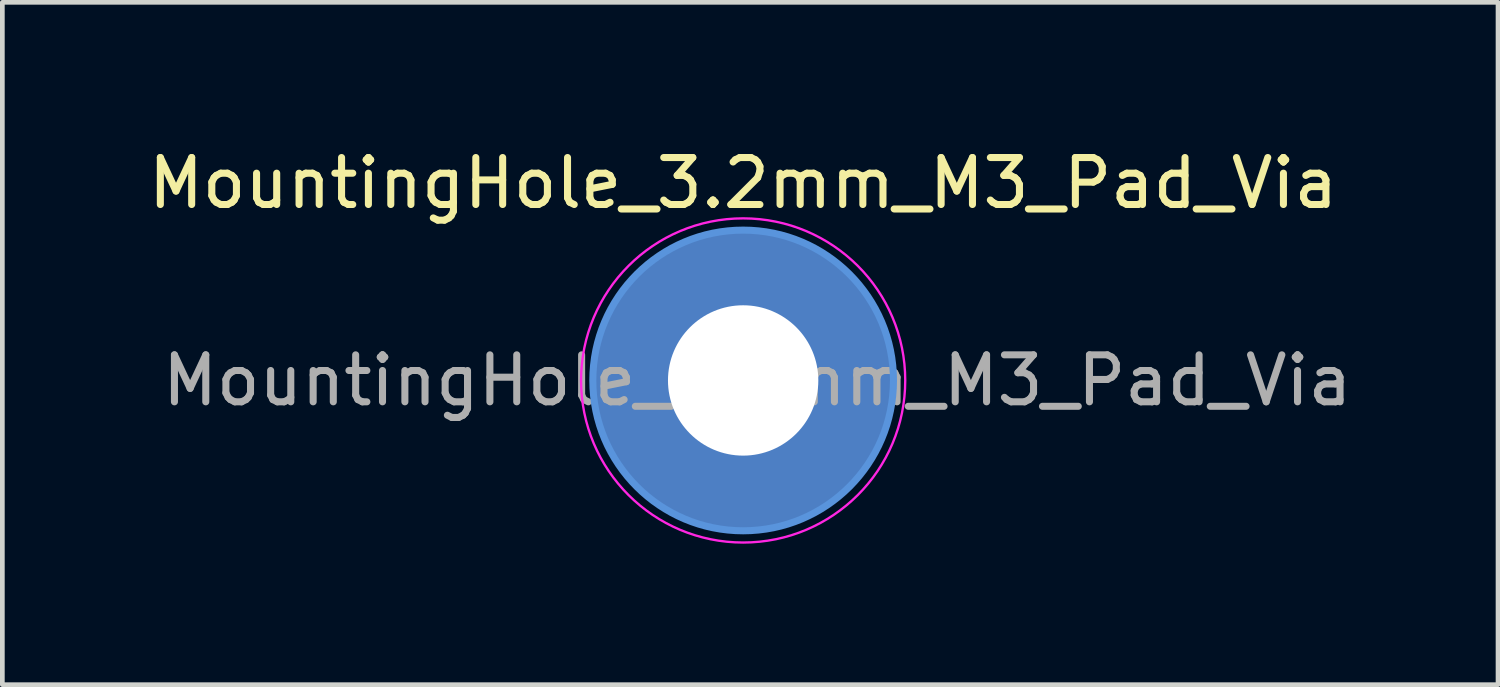
<source format=kicad_pcb>
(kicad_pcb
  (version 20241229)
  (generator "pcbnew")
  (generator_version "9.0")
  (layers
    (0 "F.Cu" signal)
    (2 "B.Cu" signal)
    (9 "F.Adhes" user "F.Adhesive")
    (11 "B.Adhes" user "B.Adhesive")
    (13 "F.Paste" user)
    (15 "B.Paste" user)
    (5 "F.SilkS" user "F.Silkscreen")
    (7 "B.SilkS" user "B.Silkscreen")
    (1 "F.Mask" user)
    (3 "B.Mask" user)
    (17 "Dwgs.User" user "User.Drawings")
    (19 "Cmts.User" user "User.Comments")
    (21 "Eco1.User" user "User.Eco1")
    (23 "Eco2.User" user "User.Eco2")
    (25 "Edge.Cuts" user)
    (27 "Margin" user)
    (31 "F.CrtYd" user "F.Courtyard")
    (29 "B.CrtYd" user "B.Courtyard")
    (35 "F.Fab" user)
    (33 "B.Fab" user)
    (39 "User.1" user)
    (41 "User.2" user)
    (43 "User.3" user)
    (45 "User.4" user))
  (footprint "MountingHole_3.2mm_M3_Pad_Via"
    (layer "F.Cu")
    (at 12.768 5.048)
    (property "Reference" "MountingHole_3.2mm_M3_Pad_Via" (at 0 -4.2 0) (layer "F.SilkS") (effects (font (size 1 1) (thickness 0.15))))
    (attr exclude_from_pos_files exclude_from_bom)
    (fp_circle (center 0 0) (end 3.2 0) (stroke (width 0.15) (type solid)) (fill no) (layer "Cmts.User"))
    (fp_circle (center 0 0) (end 3.45 0) (stroke (width 0.05) (type solid)) (fill no) (layer "F.CrtYd"))
    (fp_text user "${REFERENCE}" (at 0.3 0 0) (layer "F.Fab") (effects (font (size 1 1) (thickness 0.15))))
    (pad "1" thru_hole circle (at 0 0) (size 6.4 6.4) (drill 3.2) (layers "*.Cu" "*.Mask")))
  (gr_rect
    (start -3 -3)
    (end 28.836 11.523)
    (stroke (width 0.1) (type default))
    (fill no)
    (layer "Edge.Cuts")))
</source>
